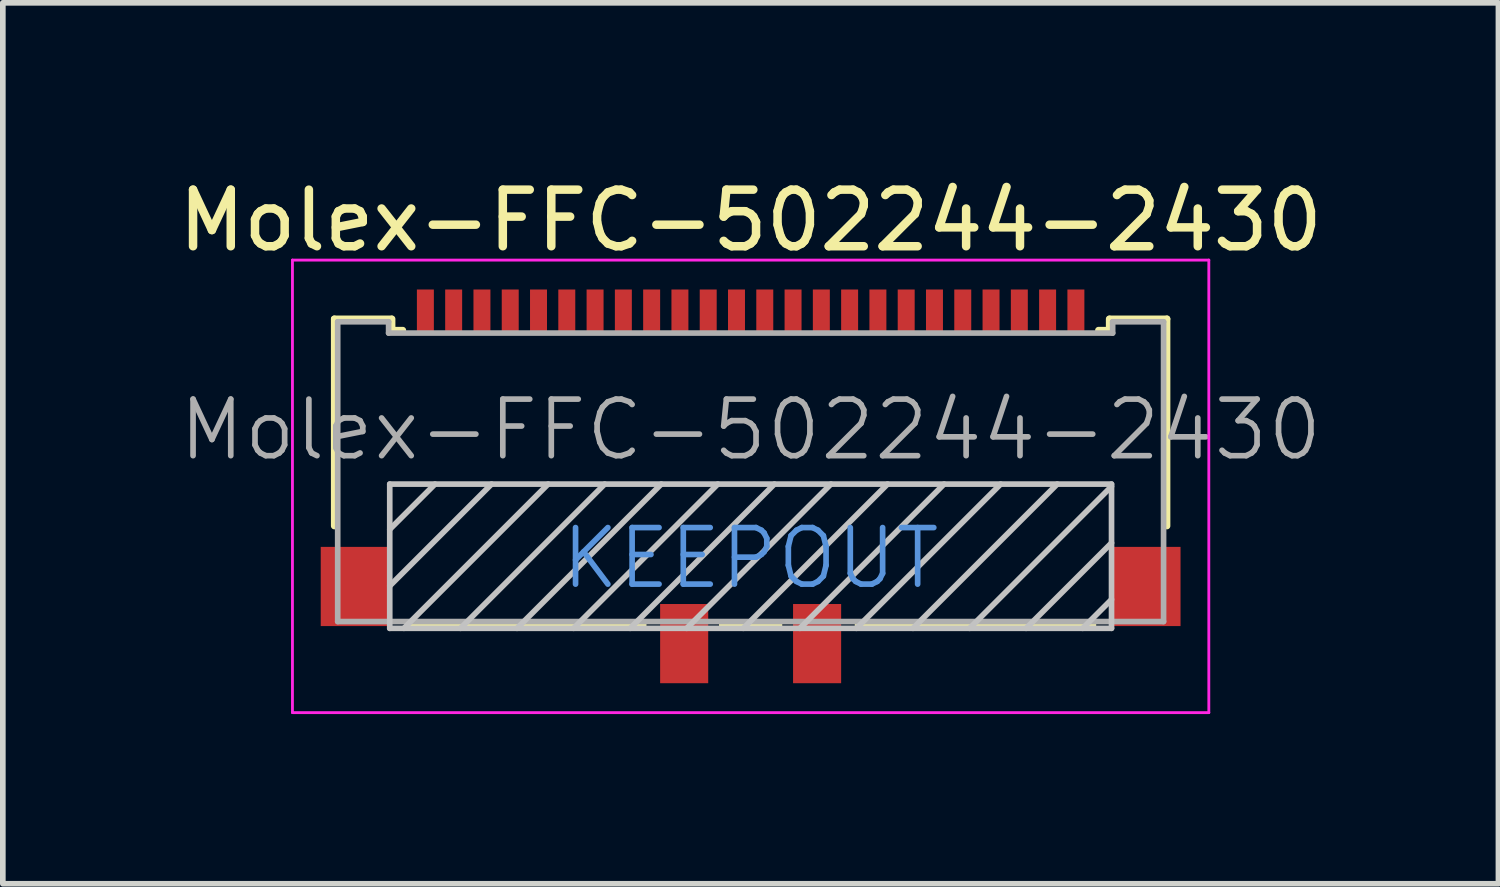
<source format=kicad_pcb>
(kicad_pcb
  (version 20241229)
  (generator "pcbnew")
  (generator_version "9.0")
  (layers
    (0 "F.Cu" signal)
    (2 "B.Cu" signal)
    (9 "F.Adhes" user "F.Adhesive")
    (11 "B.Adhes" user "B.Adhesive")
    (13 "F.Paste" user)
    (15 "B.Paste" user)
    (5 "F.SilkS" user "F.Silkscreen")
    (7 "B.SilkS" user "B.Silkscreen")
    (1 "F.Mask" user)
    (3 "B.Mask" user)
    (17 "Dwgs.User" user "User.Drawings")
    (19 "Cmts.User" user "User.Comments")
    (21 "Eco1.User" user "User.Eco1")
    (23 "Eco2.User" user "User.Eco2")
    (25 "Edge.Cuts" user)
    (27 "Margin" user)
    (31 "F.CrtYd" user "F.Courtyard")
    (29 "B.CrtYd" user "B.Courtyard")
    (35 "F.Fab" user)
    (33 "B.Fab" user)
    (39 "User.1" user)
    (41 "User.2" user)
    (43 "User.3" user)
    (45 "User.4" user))
  (footprint "Molex-FFC-502244-2430"
    (layer "F.Cu")
    (at 10.22 5.548)
    (property "Reference" "Molex-FFC-502244-2430" (at 0 -4.7 0) (layer "F.SilkS") (effects (font (size 1 1) (thickness 0.15))))
    (attr smd)
    (fp_line (start -7.36 -2.96) (end -6.35 -2.96) (stroke (width 0.12) (type solid)) (layer "F.SilkS"))
    (fp_line (start -7.36 0.7) (end -7.36 -2.96) (stroke (width 0.12) (type solid)) (layer "F.SilkS"))
    (fp_line (start -6.34 -2.76) (end -6.34 -2.96) (stroke (width 0.12) (type solid)) (layer "F.SilkS"))
    (fp_line (start -6.34 -2.76) (end -6.15 -2.76) (stroke (width 0.12) (type solid)) (layer "F.SilkS"))
    (fp_line (start -6.05 2.45) (end -1.9 2.45) (stroke (width 0.12) (type solid)) (layer "F.SilkS"))
    (fp_line (start -0.5 2.45) (end 0.5 2.45) (stroke (width 0.12) (type solid)) (layer "F.SilkS"))
    (fp_line (start 1.9 2.45) (end 6.05 2.45) (stroke (width 0.12) (type solid)) (layer "F.SilkS"))
    (fp_line (start 6.34 -2.96) (end 6.34 -2.76) (stroke (width 0.12) (type solid)) (layer "F.SilkS"))
    (fp_line (start 6.34 -2.76) (end 6.15 -2.76) (stroke (width 0.12) (type solid)) (layer "F.SilkS"))
    (fp_line (start 6.35 -2.96) (end 7.36 -2.96) (stroke (width 0.12) (type solid)) (layer "F.SilkS"))
    (fp_line (start 7.36 -2.96) (end 7.36 0.7) (stroke (width 0.12) (type solid)) (layer "F.SilkS"))
    (fp_line (start -6.38 -0.04) (end 6.38 -0.04) (stroke (width 0.1) (type solid)) (layer "Dwgs.User"))
    (fp_line (start -6.38 0.76) (end -5.58 -0.04) (stroke (width 0.1) (type solid)) (layer "Dwgs.User"))
    (fp_line (start -6.38 1.76) (end -4.58 -0.04) (stroke (width 0.1) (type solid)) (layer "Dwgs.User"))
    (fp_line (start -6.38 2.51) (end -6.38 -0.04) (stroke (width 0.1) (type solid)) (layer "Dwgs.User"))
    (fp_line (start -6.13 2.51) (end -3.58 -0.04) (stroke (width 0.1) (type solid)) (layer "Dwgs.User"))
    (fp_line (start -5.13 2.51) (end -2.58 -0.04) (stroke (width 0.1) (type solid)) (layer "Dwgs.User"))
    (fp_line (start -4.13 2.51) (end -1.58 -0.04) (stroke (width 0.1) (type solid)) (layer "Dwgs.User"))
    (fp_line (start -3.13 2.51) (end -0.58 -0.04) (stroke (width 0.1) (type solid)) (layer "Dwgs.User"))
    (fp_line (start -2.13 2.51) (end 0.42 -0.04) (stroke (width 0.1) (type solid)) (layer "Dwgs.User"))
    (fp_line (start -1.13 2.51) (end 1.42 -0.04) (stroke (width 0.1) (type solid)) (layer "Dwgs.User"))
    (fp_line (start -0.13 2.51) (end 2.42 -0.04) (stroke (width 0.1) (type solid)) (layer "Dwgs.User"))
    (fp_line (start 0.87 2.51) (end 3.42 -0.04) (stroke (width 0.1) (type solid)) (layer "Dwgs.User"))
    (fp_line (start 1.87 2.51) (end 4.42 -0.04) (stroke (width 0.1) (type solid)) (layer "Dwgs.User"))
    (fp_line (start 2.87 2.51) (end 5.42 -0.04) (stroke (width 0.1) (type solid)) (layer "Dwgs.User"))
    (fp_line (start 3.87 2.51) (end 6.38 0) (stroke (width 0.1) (type solid)) (layer "Dwgs.User"))
    (fp_line (start 4.87 2.51) (end 6.38 1) (stroke (width 0.1) (type solid)) (layer "Dwgs.User"))
    (fp_line (start 5.87 2.51) (end 6.38 2) (stroke (width 0.1) (type solid)) (layer "Dwgs.User"))
    (fp_line (start 6.38 -0.04) (end 6.38 2.51) (stroke (width 0.1) (type solid)) (layer "Dwgs.User"))
    (fp_line (start 6.38 2.51) (end -6.38 2.51) (stroke (width 0.1) (type solid)) (layer "Dwgs.User"))
    (fp_line (start -8.1 -4) (end 8.1 -4) (stroke (width 0.05) (type solid)) (layer "F.CrtYd"))
    (fp_line (start -8.1 4) (end -8.1 -4) (stroke (width 0.05) (type solid)) (layer "F.CrtYd"))
    (fp_line (start 8.1 -4) (end 8.1 4) (stroke (width 0.05) (type solid)) (layer "F.CrtYd"))
    (fp_line (start 8.1 4) (end -8.1 4) (stroke (width 0.05) (type solid)) (layer "F.CrtYd"))
    (fp_line (start -7.3 -2.91) (end -7.3 2.39) (stroke (width 0.1) (type solid)) (layer "F.Fab"))
    (fp_line (start -7.3 2.39) (end 7.3 2.39) (stroke (width 0.1) (type solid)) (layer "F.Fab"))
    (fp_line (start -6.4 -2.91) (end -7.3 -2.91) (stroke (width 0.1) (type solid)) (layer "F.Fab"))
    (fp_line (start -6.4 -2.71) (end -6.4 -2.91) (stroke (width 0.1) (type solid)) (layer "F.Fab"))
    (fp_line (start 6.4 -2.91) (end 6.4 -2.71) (stroke (width 0.1) (type solid)) (layer "F.Fab"))
    (fp_line (start 6.4 -2.71) (end -6.4 -2.71) (stroke (width 0.1) (type solid)) (layer "F.Fab"))
    (fp_line (start 7.3 -2.91) (end 6.4 -2.91) (stroke (width 0.1) (type solid)) (layer "F.Fab"))
    (fp_line (start 7.3 -2.91) (end 7.3 2.39) (stroke (width 0.1) (type solid)) (layer "F.Fab"))
    (fp_text user "KEEPOUT" (at 0 1.271 0) (layer "Cmts.User") (effects (font (size 1 1) (thickness 0.1))))
    (fp_text user "${REFERENCE}" (at 0 -1 0) (layer "F.Fab") (effects (font (size 1 1) (thickness 0.1))))
    (pad "1" smd rect (at -5.75 -3.08) (size 0.3 0.8) (layers "F.Cu" "F.Mask" "F.Paste"))
    (pad "2" smd rect (at -5.25 -3.08) (size 0.3 0.8) (layers "F.Cu" "F.Mask" "F.Paste"))
    (pad "3" smd rect (at -4.75 -3.08) (size 0.3 0.8) (layers "F.Cu" "F.Mask" "F.Paste"))
    (pad "4" smd rect (at -4.25 -3.08) (size 0.3 0.8) (layers "F.Cu" "F.Mask" "F.Paste"))
    (pad "5" smd rect (at -3.75 -3.08) (size 0.3 0.8) (layers "F.Cu" "F.Mask" "F.Paste"))
    (pad "6" smd rect (at -3.25 -3.08) (size 0.3 0.8) (layers "F.Cu" "F.Mask" "F.Paste"))
    (pad "7" smd rect (at -2.75 -3.08) (size 0.3 0.8) (layers "F.Cu" "F.Mask" "F.Paste"))
    (pad "8" smd rect (at -2.25 -3.08) (size 0.3 0.8) (layers "F.Cu" "F.Mask" "F.Paste"))
    (pad "9" smd rect (at -1.75 -3.08) (size 0.3 0.8) (layers "F.Cu" "F.Mask" "F.Paste"))
    (pad "10" smd rect (at -1.25 -3.08) (size 0.3 0.8) (layers "F.Cu" "F.Mask" "F.Paste"))
    (pad "11" smd rect (at -0.75 -3.08) (size 0.3 0.8) (layers "F.Cu" "F.Mask" "F.Paste"))
    (pad "12" smd rect (at -0.25 -3.08) (size 0.3 0.8) (layers "F.Cu" "F.Mask" "F.Paste"))
    (pad "13" smd rect (at 0.25 -3.08) (size 0.3 0.8) (layers "F.Cu" "F.Mask" "F.Paste"))
    (pad "14" smd rect (at 0.75 -3.08) (size 0.3 0.8) (layers "F.Cu" "F.Mask" "F.Paste"))
    (pad "15" smd rect (at 1.25 -3.08) (size 0.3 0.8) (layers "F.Cu" "F.Mask" "F.Paste"))
    (pad "16" smd rect (at 1.75 -3.08) (size 0.3 0.8) (layers "F.Cu" "F.Mask" "F.Paste"))
    (pad "17" smd rect (at 2.25 -3.08) (size 0.3 0.8) (layers "F.Cu" "F.Mask" "F.Paste"))
    (pad "18" smd rect (at 2.75 -3.08) (size 0.3 0.8) (layers "F.Cu" "F.Mask" "F.Paste"))
    (pad "19" smd rect (at 3.25 -3.08) (size 0.3 0.8) (layers "F.Cu" "F.Mask" "F.Paste"))
    (pad "20" smd rect (at 3.75 -3.08) (size 0.3 0.8) (layers "F.Cu" "F.Mask" "F.Paste"))
    (pad "21" smd rect (at 4.25 -3.08) (size 0.3 0.8) (layers "F.Cu" "F.Mask" "F.Paste"))
    (pad "22" smd rect (at 4.75 -3.08) (size 0.3 0.8) (layers "F.Cu" "F.Mask" "F.Paste"))
    (pad "23" smd rect (at 5.25 -3.08) (size 0.3 0.8) (layers "F.Cu" "F.Mask" "F.Paste"))
    (pad "24" smd rect (at 5.75 -3.08) (size 0.3 0.8) (layers "F.Cu" "F.Mask" "F.Paste"))
    (pad "25" smd rect (at -6.99 1.77) (size 1.22 1.4) (layers "F.Cu" "F.Mask" "F.Paste"))
    (pad "25" smd rect (at -1.175 2.78) (size 0.85 1.4) (layers "F.Cu" "F.Mask" "F.Paste"))
    (pad "25" smd rect (at 1.175 2.78) (size 0.85 1.4) (layers "F.Cu" "F.Mask" "F.Paste"))
    (pad "25" smd rect (at 6.99 1.77) (size 1.22 1.4) (layers "F.Cu" "F.Mask" "F.Paste")))
  (gr_rect
    (start -3 -3)
    (end 23.44 12.573)
    (stroke (width 0.1) (type default))
    (fill no)
    (layer "Edge.Cuts")))
</source>
